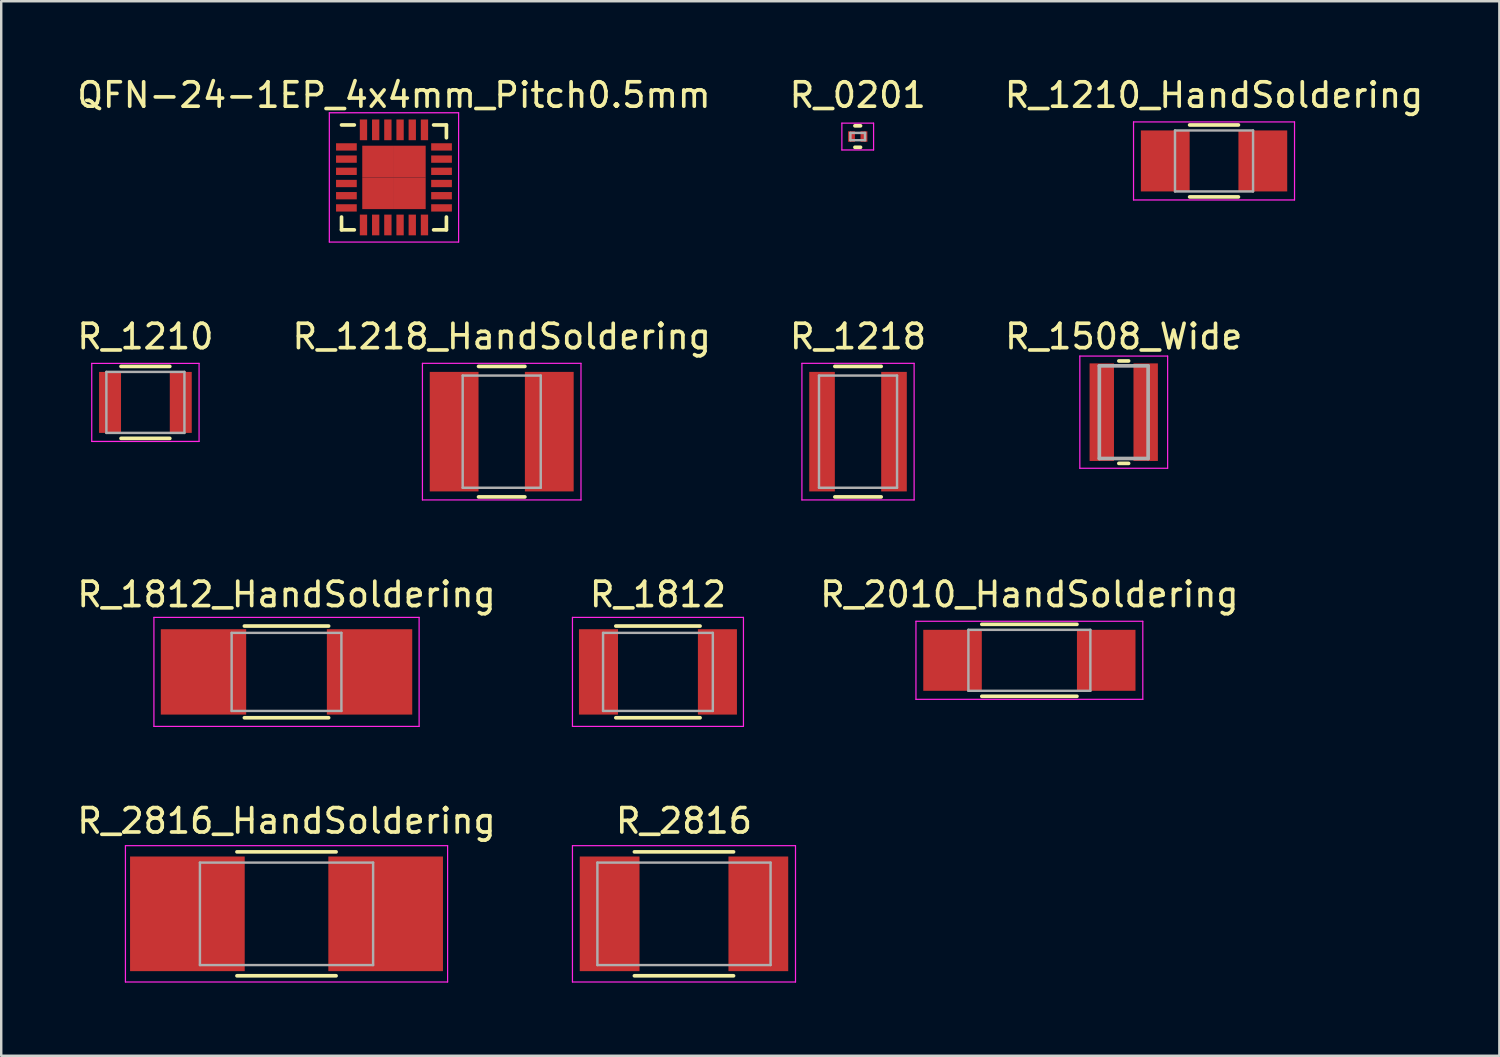
<source format=kicad_pcb>
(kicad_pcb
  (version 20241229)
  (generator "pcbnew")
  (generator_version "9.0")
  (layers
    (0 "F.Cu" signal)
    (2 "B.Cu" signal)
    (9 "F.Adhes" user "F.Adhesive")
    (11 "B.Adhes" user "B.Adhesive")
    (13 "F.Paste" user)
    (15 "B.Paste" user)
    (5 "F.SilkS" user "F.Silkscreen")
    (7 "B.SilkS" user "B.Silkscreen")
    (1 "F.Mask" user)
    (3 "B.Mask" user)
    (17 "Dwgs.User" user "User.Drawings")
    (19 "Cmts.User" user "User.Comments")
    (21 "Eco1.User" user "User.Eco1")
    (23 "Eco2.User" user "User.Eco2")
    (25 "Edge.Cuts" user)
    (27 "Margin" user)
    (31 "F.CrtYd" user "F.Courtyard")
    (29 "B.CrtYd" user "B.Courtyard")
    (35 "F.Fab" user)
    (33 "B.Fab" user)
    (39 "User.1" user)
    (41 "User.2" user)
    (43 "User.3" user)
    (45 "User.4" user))
  (footprint "R_1218"
    (layer "F.Cu")
    (at 32.125 14.646)
    (property "Reference" "R_1218" (at 0 -3.9 0) (layer "F.SilkS") (effects (font (size 1 1) (thickness 0.15))))
    (attr smd)
    (fp_line (start -0.95 -2.675) (end 0.95 -2.675) (stroke (width 0.15) (type solid)) (layer "F.SilkS"))
    (fp_line (start 0.95 2.675) (end -0.95 2.675) (stroke (width 0.15) (type solid)) (layer "F.SilkS"))
    (fp_line (start -2.3 -2.8) (end -2.3 2.8) (stroke (width 0.05) (type solid)) (layer "F.CrtYd"))
    (fp_line (start -2.3 -2.8) (end 2.3 -2.8) (stroke (width 0.05) (type solid)) (layer "F.CrtYd"))
    (fp_line (start -2.3 2.8) (end 2.3 2.8) (stroke (width 0.05) (type solid)) (layer "F.CrtYd"))
    (fp_line (start 2.3 -2.8) (end 2.3 2.8) (stroke (width 0.05) (type solid)) (layer "F.CrtYd"))
    (fp_line (start -1.6 -2.3) (end -1.6 2.3) (stroke (width 0.1) (type solid)) (layer "F.Fab"))
    (fp_line (start -1.6 2.3) (end 1.6 2.3) (stroke (width 0.1) (type solid)) (layer "F.Fab"))
    (fp_line (start 1.6 -2.3) (end -1.6 -2.3) (stroke (width 0.1) (type solid)) (layer "F.Fab"))
    (fp_line (start 1.6 2.3) (end 1.6 -2.3) (stroke (width 0.1) (type solid)) (layer "F.Fab"))
    (pad "1" smd rect (at -1.475 0) (size 1.05 4.9) (layers "F.Cu" "F.Mask" "F.Paste"))
    (pad "2" smd rect (at 1.475 0) (size 1.05 4.9) (layers "F.Cu" "F.Mask" "F.Paste")))
  (footprint "QFN-24-1EP_4x4mm_Pitch0.5mm"
    (layer "F.Cu")
    (at 13.101 4.223)
    (property "Reference" "QFN-24-1EP_4x4mm_Pitch0.5mm" (at 0 -3.375 0) (layer "F.SilkS") (effects (font (size 1 1) (thickness 0.15))))
    (attr smd)
    (fp_line (start -2.15 -2.15) (end -1.625 -2.15) (stroke (width 0.15) (type solid)) (layer "F.SilkS"))
    (fp_line (start -2.15 2.15) (end -2.15 1.625) (stroke (width 0.15) (type solid)) (layer "F.SilkS"))
    (fp_line (start -2.15 2.15) (end -1.625 2.15) (stroke (width 0.15) (type solid)) (layer "F.SilkS"))
    (fp_line (start 2.15 -2.15) (end 1.625 -2.15) (stroke (width 0.15) (type solid)) (layer "F.SilkS"))
    (fp_line (start 2.15 -2.15) (end 2.15 -1.625) (stroke (width 0.15) (type solid)) (layer "F.SilkS"))
    (fp_line (start 2.15 2.15) (end 1.625 2.15) (stroke (width 0.15) (type solid)) (layer "F.SilkS"))
    (fp_line (start 2.15 2.15) (end 2.15 1.625) (stroke (width 0.15) (type solid)) (layer "F.SilkS"))
    (fp_line (start -2.65 -2.65) (end -2.65 2.65) (stroke (width 0.05) (type solid)) (layer "F.CrtYd"))
    (fp_line (start -2.65 -2.65) (end 2.65 -2.65) (stroke (width 0.05) (type solid)) (layer "F.CrtYd"))
    (fp_line (start -2.65 2.65) (end 2.65 2.65) (stroke (width 0.05) (type solid)) (layer "F.CrtYd"))
    (fp_line (start 2.65 -2.65) (end 2.65 2.65) (stroke (width 0.05) (type solid)) (layer "F.CrtYd"))
    (pad "1" smd rect (at -1.95 -1.25) (size 0.85 0.3) (layers "F.Cu" "F.Mask" "F.Paste"))
    (pad "2" smd rect (at -1.95 -0.75) (size 0.85 0.3) (layers "F.Cu" "F.Mask" "F.Paste"))
    (pad "3" smd rect (at -1.95 -0.25) (size 0.85 0.3) (layers "F.Cu" "F.Mask" "F.Paste"))
    (pad "4" smd rect (at -1.95 0.25) (size 0.85 0.3) (layers "F.Cu" "F.Mask" "F.Paste"))
    (pad "5" smd rect (at -1.95 0.75) (size 0.85 0.3) (layers "F.Cu" "F.Mask" "F.Paste"))
    (pad "6" smd rect (at -1.95 1.25) (size 0.85 0.3) (layers "F.Cu" "F.Mask" "F.Paste"))
    (pad "7" smd rect (at -1.25 1.95 90) (size 0.85 0.3) (layers "F.Cu" "F.Mask" "F.Paste"))
    (pad "8" smd rect (at -0.75 1.95 90) (size 0.85 0.3) (layers "F.Cu" "F.Mask" "F.Paste"))
    (pad "9" smd rect (at -0.25 1.95 90) (size 0.85 0.3) (layers "F.Cu" "F.Mask" "F.Paste"))
    (pad "10" smd rect (at 0.25 1.95 90) (size 0.85 0.3) (layers "F.Cu" "F.Mask" "F.Paste"))
    (pad "11" smd rect (at 0.75 1.95 90) (size 0.85 0.3) (layers "F.Cu" "F.Mask" "F.Paste"))
    (pad "12" smd rect (at 1.25 1.95 90) (size 0.85 0.3) (layers "F.Cu" "F.Mask" "F.Paste"))
    (pad "13" smd rect (at 1.95 1.25) (size 0.85 0.3) (layers "F.Cu" "F.Mask" "F.Paste"))
    (pad "14" smd rect (at 1.95 0.75) (size 0.85 0.3) (layers "F.Cu" "F.Mask" "F.Paste"))
    (pad "15" smd rect (at 1.95 0.25) (size 0.85 0.3) (layers "F.Cu" "F.Mask" "F.Paste"))
    (pad "16" smd rect (at 1.95 -0.25) (size 0.85 0.3) (layers "F.Cu" "F.Mask" "F.Paste"))
    (pad "17" smd rect (at -0.65 -0.65) (size 1.3 1.3) (layers "F.Cu" "F.Mask" "F.Paste"))
    (pad "17" smd rect (at -0.65 0.65) (size 1.3 1.3) (layers "F.Cu" "F.Mask" "F.Paste"))
    (pad "17" smd rect (at 0.65 -0.65) (size 1.3 1.3) (layers "F.Cu" "F.Mask" "F.Paste"))
    (pad "17" smd rect (at 0.65 0.65) (size 1.3 1.3) (layers "F.Cu" "F.Mask" "F.Paste"))
    (pad "17" smd rect (at 1.95 -0.75) (size 0.85 0.3) (layers "F.Cu" "F.Mask" "F.Paste"))
    (pad "18" smd rect (at 1.95 -1.25) (size 0.85 0.3) (layers "F.Cu" "F.Mask" "F.Paste"))
    (pad "19" smd rect (at 1.25 -1.95 90) (size 0.85 0.3) (layers "F.Cu" "F.Mask" "F.Paste"))
    (pad "20" smd rect (at 0.75 -1.95 90) (size 0.85 0.3) (layers "F.Cu" "F.Mask" "F.Paste"))
    (pad "21" smd rect (at 0.25 -1.95 90) (size 0.85 0.3) (layers "F.Cu" "F.Mask" "F.Paste"))
    (pad "22" smd rect (at -0.25 -1.95 90) (size 0.85 0.3) (layers "F.Cu" "F.Mask" "F.Paste"))
    (pad "23" smd rect (at -0.75 -1.95 90) (size 0.85 0.3) (layers "F.Cu" "F.Mask" "F.Paste"))
    (pad "24" smd rect (at -1.25 -1.95 90) (size 0.85 0.3) (layers "F.Cu" "F.Mask" "F.Paste")))
  (footprint "R_1508_Wide"
    (layer "F.Cu")
    (at 43.018 13.847)
    (property "Reference" "R_1508_Wide" (at 0 -3.1 0) (layer "F.SilkS") (effects (font (size 1 1) (thickness 0.15))))
    (attr smd)
    (fp_line (start -0.2 -2.1) (end 0.2 -2.1) (stroke (width 0.15) (type solid)) (layer "F.SilkS"))
    (fp_line (start 0.2 2.1) (end -0.2 2.1) (stroke (width 0.15) (type solid)) (layer "F.SilkS"))
    (fp_line (start -1.8 -2.3) (end -1.8 2.3) (stroke (width 0.05) (type solid)) (layer "F.CrtYd"))
    (fp_line (start -1.8 -2.3) (end 1.8 -2.3) (stroke (width 0.05) (type solid)) (layer "F.CrtYd"))
    (fp_line (start -1.8 2.3) (end 1.8 2.3) (stroke (width 0.05) (type solid)) (layer "F.CrtYd"))
    (fp_line (start 1.8 -2.3) (end 1.8 2.3) (stroke (width 0.05) (type solid)) (layer "F.CrtYd"))
    (fp_line (start -1 -1.9) (end 1 -1.9) (stroke (width 0.15) (type solid)) (layer "F.Fab"))
    (fp_line (start -1 1.9) (end -1 -1.9) (stroke (width 0.15) (type solid)) (layer "F.Fab"))
    (fp_line (start 1 -1.9) (end 1 1.9) (stroke (width 0.15) (type solid)) (layer "F.Fab"))
    (fp_line (start 1 1.9) (end -1 1.9) (stroke (width 0.15) (type solid)) (layer "F.Fab"))
    (pad "1" smd rect (at -0.9 0) (size 1 4) (layers "F.Cu" "F.Mask" "F.Paste"))
    (pad "2" smd rect (at 0.9 0) (size 1 4) (layers "F.Cu" "F.Mask" "F.Paste")))
  (footprint "R_1812"
    (layer "F.Cu")
    (at 23.923 24.495)
    (property "Reference" "R_1812" (at 0 -3.175 0) (layer "F.SilkS") (effects (font (size 1 1) (thickness 0.15))))
    (attr smd)
    (fp_line (start -1.727 -1.88) (end 1.727 -1.88) (stroke (width 0.15) (type solid)) (layer "F.SilkS"))
    (fp_line (start -1.727 1.88) (end 1.727 1.88) (stroke (width 0.15) (type solid)) (layer "F.SilkS"))
    (fp_line (start -3.505 -2.235) (end 3.505 -2.235) (stroke (width 0.05) (type solid)) (layer "F.CrtYd"))
    (fp_line (start -3.505 2.235) (end -3.505 -2.235) (stroke (width 0.05) (type solid)) (layer "F.CrtYd"))
    (fp_line (start 3.505 -2.235) (end 3.505 2.235) (stroke (width 0.05) (type solid)) (layer "F.CrtYd"))
    (fp_line (start 3.505 2.235) (end -3.505 2.235) (stroke (width 0.05) (type solid)) (layer "F.CrtYd"))
    (fp_line (start -2.25 -1.6) (end 2.25 -1.6) (stroke (width 0.1) (type solid)) (layer "F.Fab"))
    (fp_line (start -2.25 1.6) (end -2.25 -1.6) (stroke (width 0.1) (type solid)) (layer "F.Fab"))
    (fp_line (start 2.25 -1.6) (end 2.25 1.6) (stroke (width 0.1) (type solid)) (layer "F.Fab"))
    (fp_line (start 2.25 1.6) (end -2.25 1.6) (stroke (width 0.1) (type solid)) (layer "F.Fab"))
    (pad "1" smd rect (at -2.438 0) (size 1.6 3.5) (layers "F.Cu" "F.Mask" "F.Paste"))
    (pad "2" smd rect (at 2.438 0) (size 1.6 3.5) (layers "F.Cu" "F.Mask" "F.Paste")))
  (footprint "R_0201"
    (layer "F.Cu")
    (at 32.113 2.548)
    (property "Reference" "R_0201" (at 0 -1.7 0) (layer "F.SilkS") (effects (font (size 1 1) (thickness 0.15))))
    (attr smd)
    (fp_line (start -0.115 0.44) (end 0.115 0.44) (stroke (width 0.15) (type solid)) (layer "F.SilkS"))
    (fp_line (start 0.115 -0.44) (end -0.115 -0.44) (stroke (width 0.15) (type solid)) (layer "F.SilkS"))
    (fp_line (start -0.65 -0.55) (end -0.65 0.55) (stroke (width 0.05) (type solid)) (layer "F.CrtYd"))
    (fp_line (start -0.65 -0.55) (end 0.65 -0.55) (stroke (width 0.05) (type solid)) (layer "F.CrtYd"))
    (fp_line (start -0.65 0.55) (end 0.65 0.55) (stroke (width 0.05) (type solid)) (layer "F.CrtYd"))
    (fp_line (start 0.65 -0.55) (end 0.65 0.55) (stroke (width 0.05) (type solid)) (layer "F.CrtYd"))
    (fp_line (start -0.3 -0.15) (end 0.3 -0.15) (stroke (width 0.1) (type solid)) (layer "F.Fab"))
    (fp_line (start -0.3 0.15) (end -0.3 -0.15) (stroke (width 0.1) (type solid)) (layer "F.Fab"))
    (fp_line (start 0.3 -0.15) (end 0.3 0.15) (stroke (width 0.1) (type solid)) (layer "F.Fab"))
    (fp_line (start 0.3 0.15) (end -0.3 0.15) (stroke (width 0.1) (type solid)) (layer "F.Fab"))
    (pad "1" smd rect (at -0.255 0) (size 0.28 0.43) (layers "F.Cu" "F.Mask" "F.Paste"))
    (pad "2" smd rect (at 0.255 0) (size 0.28 0.43) (layers "F.Cu" "F.Mask" "F.Paste")))
  (footprint "R_2816_HandSoldering"
    (layer "F.Cu")
    (at 8.696 34.413)
    (property "Reference" "R_2816_HandSoldering" (at 0 -3.81 0) (layer "F.SilkS") (effects (font (size 1 1) (thickness 0.15))))
    (attr smd)
    (fp_line (start -2.032 -2.54) (end 2.032 -2.54) (stroke (width 0.15) (type solid)) (layer "F.SilkS"))
    (fp_line (start -2.032 2.54) (end 2.032 2.54) (stroke (width 0.15) (type solid)) (layer "F.SilkS"))
    (fp_line (start -6.604 -2.794) (end 6.604 -2.794) (stroke (width 0.05) (type solid)) (layer "F.CrtYd"))
    (fp_line (start -6.604 2.794) (end -6.604 -2.794) (stroke (width 0.05) (type solid)) (layer "F.CrtYd"))
    (fp_line (start 6.604 -2.794) (end 6.604 2.794) (stroke (width 0.05) (type solid)) (layer "F.CrtYd"))
    (fp_line (start 6.604 2.794) (end -6.604 2.794) (stroke (width 0.05) (type solid)) (layer "F.CrtYd"))
    (fp_line (start -3.55 -2.1) (end 3.55 -2.1) (stroke (width 0.1) (type solid)) (layer "F.Fab"))
    (fp_line (start -3.55 2.1) (end -3.55 -2.1) (stroke (width 0.1) (type solid)) (layer "F.Fab"))
    (fp_line (start 3.55 -2.1) (end 3.55 2.1) (stroke (width 0.1) (type solid)) (layer "F.Fab"))
    (fp_line (start 3.55 2.1) (end -3.55 2.1) (stroke (width 0.1) (type solid)) (layer "F.Fab"))
    (pad "1" smd rect (at -4.064 0) (size 4.7 4.7) (layers "F.Cu" "F.Mask" "F.Paste"))
    (pad "2" smd rect (at 4.064 0) (size 4.7 4.7) (layers "F.Cu" "F.Mask" "F.Paste")))
  (footprint "R_1812_HandSoldering"
    (layer "F.Cu")
    (at 8.696 24.495)
    (property "Reference" "R_1812_HandSoldering" (at 0 -3.175 0) (layer "F.SilkS") (effects (font (size 1 1) (thickness 0.15))))
    (attr smd)
    (fp_line (start -1.727 -1.88) (end 1.727 -1.88) (stroke (width 0.15) (type solid)) (layer "F.SilkS"))
    (fp_line (start -1.727 1.88) (end 1.727 1.88) (stroke (width 0.15) (type solid)) (layer "F.SilkS"))
    (fp_line (start -5.436 -2.235) (end 5.436 -2.235) (stroke (width 0.05) (type solid)) (layer "F.CrtYd"))
    (fp_line (start -5.436 2.235) (end -5.436 -2.235) (stroke (width 0.05) (type solid)) (layer "F.CrtYd"))
    (fp_line (start 5.436 -2.235) (end 5.436 2.235) (stroke (width 0.05) (type solid)) (layer "F.CrtYd"))
    (fp_line (start 5.436 2.235) (end -5.436 2.235) (stroke (width 0.05) (type solid)) (layer "F.CrtYd"))
    (fp_line (start -2.25 -1.6) (end 2.25 -1.6) (stroke (width 0.1) (type solid)) (layer "F.Fab"))
    (fp_line (start -2.25 1.6) (end -2.25 -1.6) (stroke (width 0.1) (type solid)) (layer "F.Fab"))
    (fp_line (start 2.25 -1.6) (end 2.25 1.6) (stroke (width 0.1) (type solid)) (layer "F.Fab"))
    (fp_line (start 2.25 1.6) (end -2.25 1.6) (stroke (width 0.1) (type solid)) (layer "F.Fab"))
    (pad "1" smd rect (at -3.404 0) (size 3.5 3.5) (layers "F.Cu" "F.Mask" "F.Paste"))
    (pad "2" smd rect (at 3.404 0) (size 3.5 3.5) (layers "F.Cu" "F.Mask" "F.Paste")))
  (footprint "R_1210"
    (layer "F.Cu")
    (at 2.911 13.447)
    (property "Reference" "R_1210" (at 0 -2.7 0) (layer "F.SilkS") (effects (font (size 1 1) (thickness 0.15))))
    (attr smd)
    (fp_line (start -1 -1.475) (end 1 -1.475) (stroke (width 0.15) (type solid)) (layer "F.SilkS"))
    (fp_line (start 1 1.475) (end -1 1.475) (stroke (width 0.15) (type solid)) (layer "F.SilkS"))
    (fp_line (start -2.2 -1.6) (end -2.2 1.6) (stroke (width 0.05) (type solid)) (layer "F.CrtYd"))
    (fp_line (start -2.2 -1.6) (end 2.2 -1.6) (stroke (width 0.05) (type solid)) (layer "F.CrtYd"))
    (fp_line (start -2.2 1.6) (end 2.2 1.6) (stroke (width 0.05) (type solid)) (layer "F.CrtYd"))
    (fp_line (start 2.2 -1.6) (end 2.2 1.6) (stroke (width 0.05) (type solid)) (layer "F.CrtYd"))
    (fp_line (start -1.6 -1.25) (end 1.6 -1.25) (stroke (width 0.1) (type solid)) (layer "F.Fab"))
    (fp_line (start -1.6 1.25) (end -1.6 -1.25) (stroke (width 0.1) (type solid)) (layer "F.Fab"))
    (fp_line (start 1.6 -1.25) (end 1.6 1.25) (stroke (width 0.1) (type solid)) (layer "F.Fab"))
    (fp_line (start 1.6 1.25) (end -1.6 1.25) (stroke (width 0.1) (type solid)) (layer "F.Fab"))
    (pad "1" smd rect (at -1.45 0) (size 0.9 2.5) (layers "F.Cu" "F.Mask" "F.Paste"))
    (pad "2" smd rect (at 1.45 0) (size 0.9 2.5) (layers "F.Cu" "F.Mask" "F.Paste")))
  (footprint "R_1210_HandSoldering"
    (layer "F.Cu")
    (at 46.72 3.548)
    (property "Reference" "R_1210_HandSoldering" (at 0 -2.7 0) (layer "F.SilkS") (effects (font (size 1 1) (thickness 0.15))))
    (attr smd)
    (fp_line (start -1 -1.475) (end 1 -1.475) (stroke (width 0.15) (type solid)) (layer "F.SilkS"))
    (fp_line (start 1 1.475) (end -1 1.475) (stroke (width 0.15) (type solid)) (layer "F.SilkS"))
    (fp_line (start -3.3 -1.6) (end -3.3 1.6) (stroke (width 0.05) (type solid)) (layer "F.CrtYd"))
    (fp_line (start -3.3 -1.6) (end 3.3 -1.6) (stroke (width 0.05) (type solid)) (layer "F.CrtYd"))
    (fp_line (start -3.3 1.6) (end 3.3 1.6) (stroke (width 0.05) (type solid)) (layer "F.CrtYd"))
    (fp_line (start 3.3 -1.6) (end 3.3 1.6) (stroke (width 0.05) (type solid)) (layer "F.CrtYd"))
    (fp_line (start -1.6 -1.25) (end 1.6 -1.25) (stroke (width 0.1) (type solid)) (layer "F.Fab"))
    (fp_line (start -1.6 1.25) (end -1.6 -1.25) (stroke (width 0.1) (type solid)) (layer "F.Fab"))
    (fp_line (start 1.6 -1.25) (end 1.6 1.25) (stroke (width 0.1) (type solid)) (layer "F.Fab"))
    (fp_line (start 1.6 1.25) (end -1.6 1.25) (stroke (width 0.1) (type solid)) (layer "F.Fab"))
    (pad "1" smd rect (at -2 0) (size 2 2.5) (layers "F.Cu" "F.Mask" "F.Paste"))
    (pad "2" smd rect (at 2 0) (size 2 2.5) (layers "F.Cu" "F.Mask" "F.Paste")))
  (footprint "R_1218_HandSoldering"
    (layer "F.Cu")
    (at 17.518 14.646)
    (property "Reference" "R_1218_HandSoldering" (at 0 -3.9 0) (layer "F.SilkS") (effects (font (size 1 1) (thickness 0.15))))
    (attr smd)
    (fp_line (start -0.95 -2.675) (end 0.95 -2.675) (stroke (width 0.15) (type solid)) (layer "F.SilkS"))
    (fp_line (start 0.95 2.675) (end -0.95 2.675) (stroke (width 0.15) (type solid)) (layer "F.SilkS"))
    (fp_line (start -3.25 -2.8) (end -3.25 2.8) (stroke (width 0.05) (type solid)) (layer "F.CrtYd"))
    (fp_line (start -3.25 -2.8) (end 3.25 -2.8) (stroke (width 0.05) (type solid)) (layer "F.CrtYd"))
    (fp_line (start -3.25 2.8) (end 3.25 2.8) (stroke (width 0.05) (type solid)) (layer "F.CrtYd"))
    (fp_line (start 3.25 -2.8) (end 3.25 2.8) (stroke (width 0.05) (type solid)) (layer "F.CrtYd"))
    (fp_line (start -1.6 -2.3) (end 1.6 -2.3) (stroke (width 0.1) (type solid)) (layer "F.Fab"))
    (fp_line (start -1.6 2.3) (end -1.6 -2.3) (stroke (width 0.1) (type solid)) (layer "F.Fab"))
    (fp_line (start 1.6 -2.3) (end 1.6 2.3) (stroke (width 0.1) (type solid)) (layer "F.Fab"))
    (fp_line (start 1.6 2.3) (end -1.6 2.3) (stroke (width 0.1) (type solid)) (layer "F.Fab"))
    (pad "1" smd rect (at -1.95 0) (size 2 4.9) (layers "F.Cu" "F.Mask" "F.Paste"))
    (pad "2" smd rect (at 1.95 0) (size 2 4.9) (layers "F.Cu" "F.Mask" "F.Paste")))
  (footprint "R_2816"
    (layer "F.Cu")
    (at 24.99 34.413)
    (property "Reference" "R_2816" (at 0 -3.81 0) (layer "F.SilkS") (effects (font (size 1 1) (thickness 0.15))))
    (attr smd)
    (fp_line (start -2.032 -2.54) (end 2.032 -2.54) (stroke (width 0.15) (type solid)) (layer "F.SilkS"))
    (fp_line (start -2.032 2.54) (end 2.032 2.54) (stroke (width 0.15) (type solid)) (layer "F.SilkS"))
    (fp_line (start -4.572 -2.794) (end 4.572 -2.794) (stroke (width 0.05) (type solid)) (layer "F.CrtYd"))
    (fp_line (start -4.572 2.794) (end -4.572 -2.794) (stroke (width 0.05) (type solid)) (layer "F.CrtYd"))
    (fp_line (start 4.572 -2.794) (end 4.572 2.794) (stroke (width 0.05) (type solid)) (layer "F.CrtYd"))
    (fp_line (start 4.572 2.794) (end -4.572 2.794) (stroke (width 0.05) (type solid)) (layer "F.CrtYd"))
    (fp_line (start -3.55 -2.1) (end -3.55 2.1) (stroke (width 0.1) (type solid)) (layer "F.Fab"))
    (fp_line (start -3.55 2.1) (end 3.55 2.1) (stroke (width 0.1) (type solid)) (layer "F.Fab"))
    (fp_line (start 3.55 -2.1) (end -3.55 -2.1) (stroke (width 0.1) (type solid)) (layer "F.Fab"))
    (fp_line (start 3.55 2.1) (end 3.55 -2.1) (stroke (width 0.1) (type solid)) (layer "F.Fab"))
    (pad "1" smd rect (at -3.048 0) (size 2.45 4.7) (layers "F.Cu" "F.Mask" "F.Paste"))
    (pad "2" smd rect (at 3.048 0) (size 2.45 4.7) (layers "F.Cu" "F.Mask" "F.Paste")))
  (footprint "R_2010_HandSoldering"
    (layer "F.Cu")
    (at 39.15 24.02)
    (property "Reference" "R_2010_HandSoldering" (at 0 -2.7 0) (layer "F.SilkS") (effects (font (size 1 1) (thickness 0.15))))
    (attr smd)
    (fp_line (start -1.95 -1.475) (end 1.95 -1.475) (stroke (width 0.15) (type solid)) (layer "F.SilkS"))
    (fp_line (start 1.95 1.475) (end -1.95 1.475) (stroke (width 0.15) (type solid)) (layer "F.SilkS"))
    (fp_line (start -4.65 -1.6) (end -4.65 1.6) (stroke (width 0.05) (type solid)) (layer "F.CrtYd"))
    (fp_line (start -4.65 -1.6) (end 4.65 -1.6) (stroke (width 0.05) (type solid)) (layer "F.CrtYd"))
    (fp_line (start -4.65 1.6) (end 4.65 1.6) (stroke (width 0.05) (type solid)) (layer "F.CrtYd"))
    (fp_line (start 4.65 -1.6) (end 4.65 1.6) (stroke (width 0.05) (type solid)) (layer "F.CrtYd"))
    (fp_line (start -2.5 -1.25) (end 2.5 -1.25) (stroke (width 0.1) (type solid)) (layer "F.Fab"))
    (fp_line (start -2.5 1.25) (end -2.5 -1.25) (stroke (width 0.1) (type solid)) (layer "F.Fab"))
    (fp_line (start 2.5 -1.25) (end 2.5 1.25) (stroke (width 0.1) (type solid)) (layer "F.Fab"))
    (fp_line (start 2.5 1.25) (end -2.5 1.25) (stroke (width 0.1) (type solid)) (layer "F.Fab"))
    (pad "1" smd rect (at -3.15 0) (size 2.4 2.5) (layers "F.Cu" "F.Mask" "F.Paste"))
    (pad "2" smd rect (at 3.15 0) (size 2.4 2.5) (layers "F.Cu" "F.Mask" "F.Paste")))
  (gr_rect
    (start -3 -3)
    (end 58.417 40.232)
    (stroke (width 0.1) (type default))
    (fill no)
    (layer "Edge.Cuts")))
</source>
